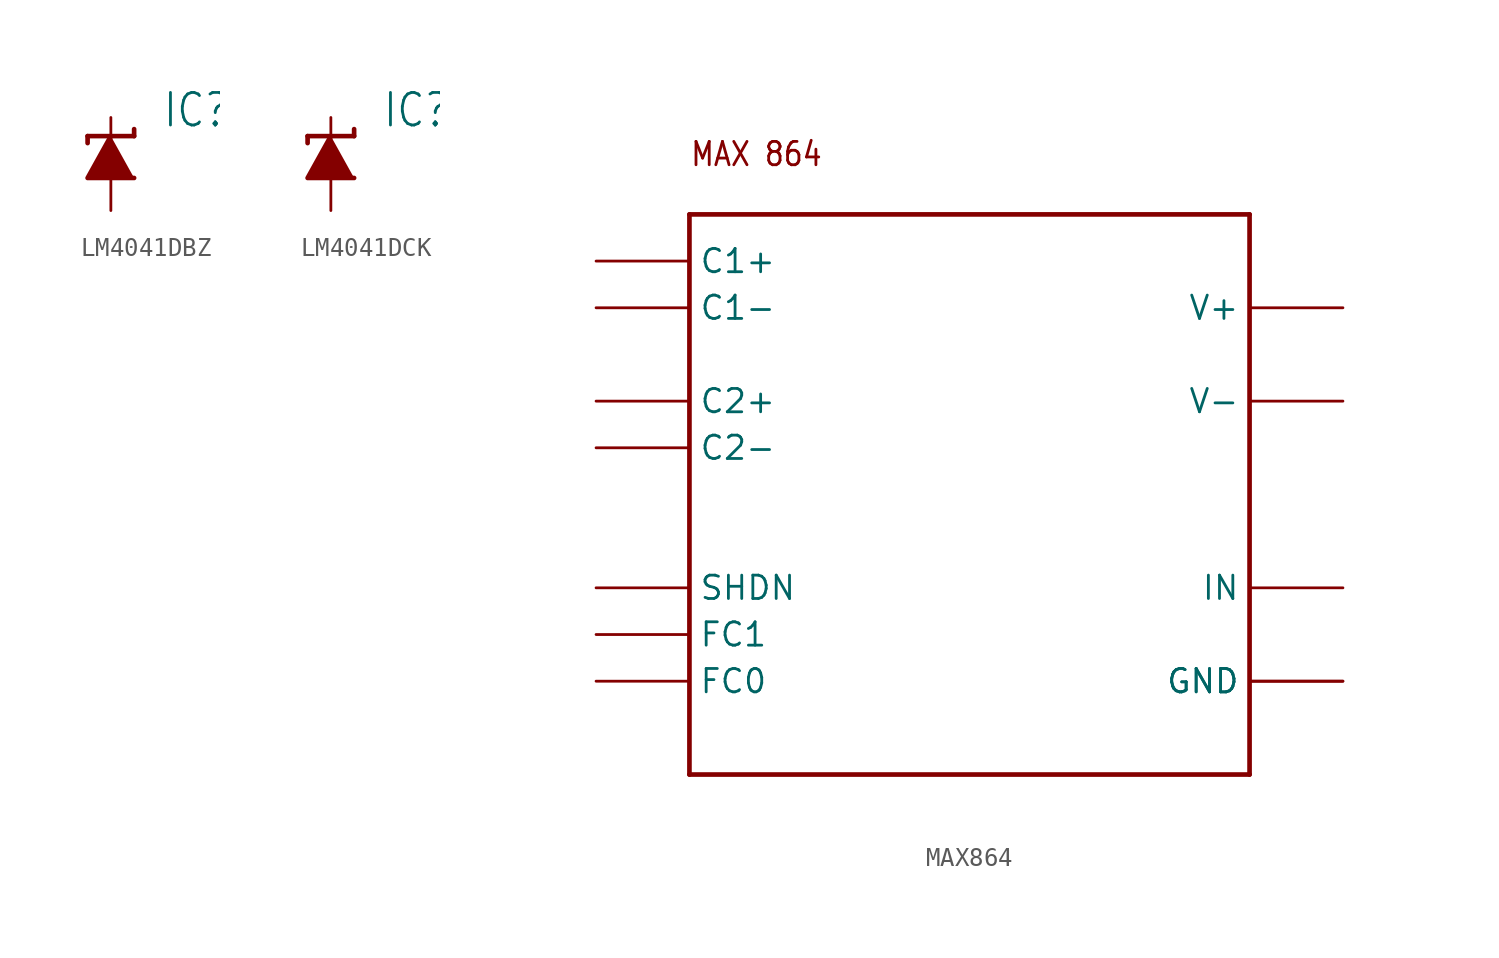
<source format=kicad_sym>
(kicad_symbol_lib
  (version 20220914)
  (generator kicad_symbol_editor)
  (symbol "LM4041DBZ"
    (property "Reference" "IC"
      (at 2.794 1.905 0)
      (effects (font (size 1.778 1.511)) (justify left bottom)))
    (property "Value" ""
      (at 2.794 -0.889 0)
      (effects (font (size 1.778 1.511)) (justify left bottom)))
    (property "ki_locked" ""
      (at 0 0 0)
      (effects (font (size 1.27 1.27))))
    (symbol "LM4041DBZ_1_0"
      (polyline (pts (xy -1.27 1.524) (xy -1.27 1.143)) (stroke (width 0.254) (type solid)) (fill (type none)))
      (polyline (pts (xy 0 1.524) (xy -1.27 1.524)) (stroke (width 0.254) (type solid)) (fill (type none)))
      (polyline (pts (xy 1.27 1.524) (xy 0 1.524)) (stroke (width 0.254) (type solid)) (fill (type none)))
      (polyline (pts (xy 1.27 1.905) (xy 1.27 1.524)) (stroke (width 0.254) (type solid)) (fill (type none)))
      (polyline (pts (xy 0 1.524) (xy -1.27 -0.762) (xy 1.27 -0.762)) (stroke (width 0.254) (type solid)) (fill (type outline)))
      (pin passive line (at 0 2.54 270) (length 2.54) (name "C" (effects (font (size 0 0)))) (number "1" (effects (font (size 0 0)))))
      (pin passive line (at 0 -2.54 90) (length 2.54) (name "A" (effects (font (size 0 0)))) (number "2" (effects (font (size 0 0)))))))
  (symbol "LM4041DCK"
    (property "Reference" "IC"
      (at 2.794 1.905 0)
      (effects (font (size 1.778 1.511)) (justify left bottom)))
    (property "Value" ""
      (at 2.794 -0.889 0)
      (effects (font (size 1.778 1.511)) (justify left bottom)))
    (property "ki_locked" ""
      (at 0 0 0)
      (effects (font (size 1.27 1.27))))
    (symbol "LM4041DCK_1_0"
      (polyline (pts (xy -1.27 1.524) (xy -1.27 1.143)) (stroke (width 0.254) (type solid)) (fill (type none)))
      (polyline (pts (xy 0 1.524) (xy -1.27 1.524)) (stroke (width 0.254) (type solid)) (fill (type none)))
      (polyline (pts (xy 1.27 1.524) (xy 0 1.524)) (stroke (width 0.254) (type solid)) (fill (type none)))
      (polyline (pts (xy 1.27 1.905) (xy 1.27 1.524)) (stroke (width 0.254) (type solid)) (fill (type none)))
      (polyline (pts (xy 0 1.524) (xy -1.27 -0.762) (xy 1.27 -0.762)) (stroke (width 0.254) (type solid)) (fill (type outline)))
      (pin passive line (at 0 -2.54 90) (length 2.54) (name "A" (effects (font (size 0 0)))) (number "1" (effects (font (size 0 0)))))
      (pin passive line (at 0 2.54 270) (length 2.54) (name "C" (effects (font (size 0 0)))) (number "3" (effects (font (size 0 0)))))))
  (symbol "MAX864"
    (property "Reference" ""
      (at 0 0 0)
      (effects (font (size 1.27 1.27)) hide))
    (property "ki_locked" ""
      (at 0 0 0)
      (effects (font (size 1.27 1.27))))
    (symbol "MAX864_1_0"
      (polyline (pts (xy -15.24 -7.62) (xy 15.24 -7.62)) (stroke (width 0.254) (type solid)) (fill (type none)))
      (polyline (pts (xy -15.24 22.86) (xy -15.24 -7.62)) (stroke (width 0.254) (type solid)) (fill (type none)))
      (polyline (pts (xy 15.24 -7.62) (xy 15.24 22.86)) (stroke (width 0.254) (type solid)) (fill (type none)))
      (polyline (pts (xy 15.24 22.86) (xy -15.24 22.86)) (stroke (width 0.254) (type solid)) (fill (type none)))
      (text "MAX 864" (at -15.24 25.4 0) (effects (font (size 1.27 1.079)) (justify left bottom)))
      (pin bidirectional line (at -20.32 17.78 0) (length 5.08) (name "C1-" (effects (font (size 1.27 1.27)))) (number "P$1" (effects (font (size 0 0)))))
      (pin bidirectional line (at 20.32 -2.54 180) (length 5.08) (name "GND" (effects (font (size 1.27 1.27)))) (number "P$11" (effects (font (size 0 0)))))
      (pin bidirectional line (at 20.32 2.54 180) (length 5.08) (name "IN" (effects (font (size 1.27 1.27)))) (number "P$12" (effects (font (size 0 0)))))
      (pin bidirectional line (at 20.32 17.78 180) (length 5.08) (name "V+" (effects (font (size 1.27 1.27)))) (number "P$15" (effects (font (size 0 0)))))
      (pin bidirectional line (at -20.32 20.32 0) (length 5.08) (name "C1+" (effects (font (size 1.27 1.27)))) (number "P$16" (effects (font (size 0 0)))))
      (pin bidirectional line (at -20.32 12.7 0) (length 5.08) (name "C2+" (effects (font (size 1.27 1.27)))) (number "P$2" (effects (font (size 0 0)))))
      (pin bidirectional line (at 20.32 -2.54 180) (length 5.08) (name "GND" (effects (font (size 1.27 1.27)))) (number "P$3" (effects (font (size 0 0)))))
      (pin bidirectional line (at -20.32 10.16 0) (length 5.08) (name "C2-" (effects (font (size 1.27 1.27)))) (number "P$4" (effects (font (size 0 0)))))
      (pin bidirectional line (at 20.32 12.7 180) (length 5.08) (name "V-" (effects (font (size 1.27 1.27)))) (number "P$5" (effects (font (size 0 0)))))
      (pin bidirectional line (at -20.32 2.54 0) (length 5.08) (name "SHDN" (effects (font (size 1.27 1.27)))) (number "P$6" (effects (font (size 0 0)))))
      (pin bidirectional line (at -20.32 0 0) (length 5.08) (name "FC1" (effects (font (size 1.27 1.27)))) (number "P$7" (effects (font (size 0 0)))))
      (pin bidirectional line (at -20.32 -2.54 0) (length 5.08) (name "FC0" (effects (font (size 1.27 1.27)))) (number "P$8" (effects (font (size 0 0))))))))
</source>
